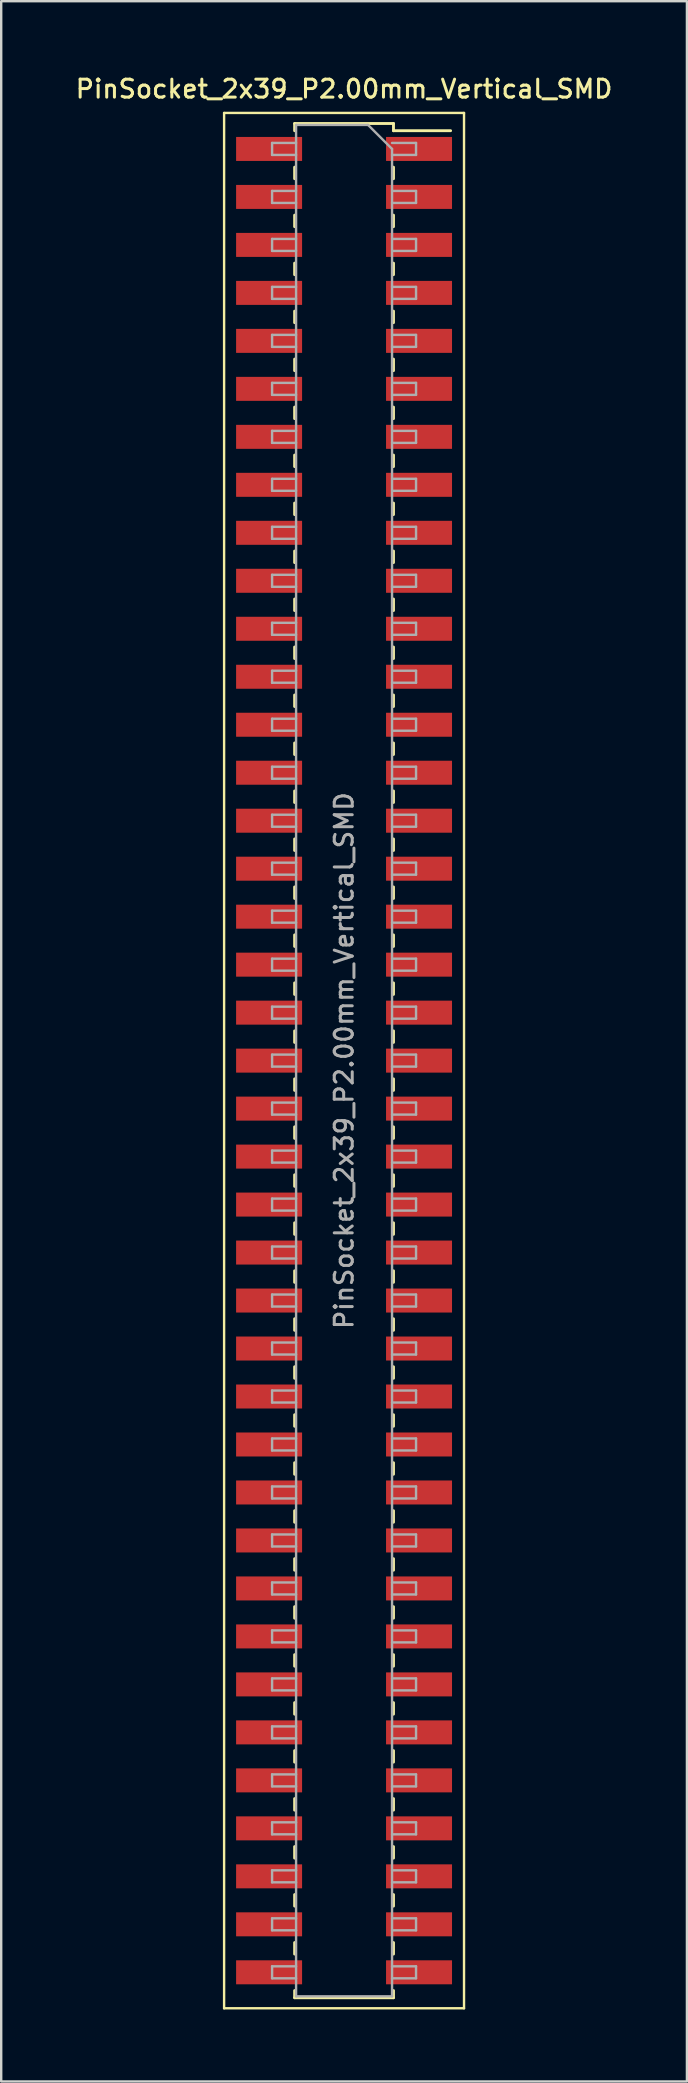
<source format=kicad_pcb>
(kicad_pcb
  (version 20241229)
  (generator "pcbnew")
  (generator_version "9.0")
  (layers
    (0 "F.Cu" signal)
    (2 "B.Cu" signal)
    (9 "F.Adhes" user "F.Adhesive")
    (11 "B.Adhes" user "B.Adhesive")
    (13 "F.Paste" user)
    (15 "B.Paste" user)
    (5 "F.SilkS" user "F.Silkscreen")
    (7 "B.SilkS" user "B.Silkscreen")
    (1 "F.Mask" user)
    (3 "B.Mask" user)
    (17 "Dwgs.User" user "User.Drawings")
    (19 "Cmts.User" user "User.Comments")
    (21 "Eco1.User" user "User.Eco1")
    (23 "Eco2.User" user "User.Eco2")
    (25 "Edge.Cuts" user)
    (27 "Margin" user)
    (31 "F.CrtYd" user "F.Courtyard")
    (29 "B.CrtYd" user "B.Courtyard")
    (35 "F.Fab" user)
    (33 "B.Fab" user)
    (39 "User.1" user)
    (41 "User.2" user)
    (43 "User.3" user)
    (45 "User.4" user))
  (footprint "PinSocket_2x39_P2.00mm_Vertical_SMD"
    (layer "F.Cu")
    (at 11.291 41.158)
    (property "Reference" "PinSocket_2x39_P2.00mm_Vertical_SMD" (at 0 -40.5 0) (layer "F.SilkS") (effects (font (size 0.75 0.75) (thickness 0.125))))
    (attr smd)
    (fp_line (start -5 -39.5) (end 5 -39.5) (stroke (width 0.1) (type solid)) (layer "F.SilkS"))
    (fp_line (start -5 39.5) (end -5 -39.5) (stroke (width 0.1) (type solid)) (layer "F.SilkS"))
    (fp_line (start -2.06 -39.06) (end -2.06 -38.76) (stroke (width 0.12) (type solid)) (layer "F.SilkS"))
    (fp_line (start -2.06 -39.06) (end 2.06 -39.06) (stroke (width 0.12) (type solid)) (layer "F.SilkS"))
    (fp_line (start -2.06 -37.24) (end -2.06 -36.76) (stroke (width 0.12) (type solid)) (layer "F.SilkS"))
    (fp_line (start -2.06 -35.24) (end -2.06 -34.76) (stroke (width 0.12) (type solid)) (layer "F.SilkS"))
    (fp_line (start -2.06 -33.24) (end -2.06 -32.76) (stroke (width 0.12) (type solid)) (layer "F.SilkS"))
    (fp_line (start -2.06 -31.24) (end -2.06 -30.76) (stroke (width 0.12) (type solid)) (layer "F.SilkS"))
    (fp_line (start -2.06 -29.24) (end -2.06 -28.76) (stroke (width 0.12) (type solid)) (layer "F.SilkS"))
    (fp_line (start -2.06 -27.24) (end -2.06 -26.76) (stroke (width 0.12) (type solid)) (layer "F.SilkS"))
    (fp_line (start -2.06 -25.24) (end -2.06 -24.76) (stroke (width 0.12) (type solid)) (layer "F.SilkS"))
    (fp_line (start -2.06 -23.24) (end -2.06 -22.76) (stroke (width 0.12) (type solid)) (layer "F.SilkS"))
    (fp_line (start -2.06 -21.24) (end -2.06 -20.76) (stroke (width 0.12) (type solid)) (layer "F.SilkS"))
    (fp_line (start -2.06 -19.24) (end -2.06 -18.76) (stroke (width 0.12) (type solid)) (layer "F.SilkS"))
    (fp_line (start -2.06 -17.24) (end -2.06 -16.76) (stroke (width 0.12) (type solid)) (layer "F.SilkS"))
    (fp_line (start -2.06 -15.24) (end -2.06 -14.76) (stroke (width 0.12) (type solid)) (layer "F.SilkS"))
    (fp_line (start -2.06 -13.24) (end -2.06 -12.76) (stroke (width 0.12) (type solid)) (layer "F.SilkS"))
    (fp_line (start -2.06 -11.24) (end -2.06 -10.76) (stroke (width 0.12) (type solid)) (layer "F.SilkS"))
    (fp_line (start -2.06 -9.24) (end -2.06 -8.76) (stroke (width 0.12) (type solid)) (layer "F.SilkS"))
    (fp_line (start -2.06 -7.24) (end -2.06 -6.76) (stroke (width 0.12) (type solid)) (layer "F.SilkS"))
    (fp_line (start -2.06 -5.24) (end -2.06 -4.76) (stroke (width 0.12) (type solid)) (layer "F.SilkS"))
    (fp_line (start -2.06 -3.24) (end -2.06 -2.76) (stroke (width 0.12) (type solid)) (layer "F.SilkS"))
    (fp_line (start -2.06 -1.24) (end -2.06 -0.76) (stroke (width 0.12) (type solid)) (layer "F.SilkS"))
    (fp_line (start -2.06 0.76) (end -2.06 1.24) (stroke (width 0.12) (type solid)) (layer "F.SilkS"))
    (fp_line (start -2.06 2.76) (end -2.06 3.24) (stroke (width 0.12) (type solid)) (layer "F.SilkS"))
    (fp_line (start -2.06 4.76) (end -2.06 5.24) (stroke (width 0.12) (type solid)) (layer "F.SilkS"))
    (fp_line (start -2.06 6.76) (end -2.06 7.24) (stroke (width 0.12) (type solid)) (layer "F.SilkS"))
    (fp_line (start -2.06 8.76) (end -2.06 9.24) (stroke (width 0.12) (type solid)) (layer "F.SilkS"))
    (fp_line (start -2.06 10.76) (end -2.06 11.24) (stroke (width 0.12) (type solid)) (layer "F.SilkS"))
    (fp_line (start -2.06 12.76) (end -2.06 13.24) (stroke (width 0.12) (type solid)) (layer "F.SilkS"))
    (fp_line (start -2.06 14.76) (end -2.06 15.24) (stroke (width 0.12) (type solid)) (layer "F.SilkS"))
    (fp_line (start -2.06 16.76) (end -2.06 17.24) (stroke (width 0.12) (type solid)) (layer "F.SilkS"))
    (fp_line (start -2.06 18.76) (end -2.06 19.24) (stroke (width 0.12) (type solid)) (layer "F.SilkS"))
    (fp_line (start -2.06 20.76) (end -2.06 21.24) (stroke (width 0.12) (type solid)) (layer "F.SilkS"))
    (fp_line (start -2.06 22.76) (end -2.06 23.24) (stroke (width 0.12) (type solid)) (layer "F.SilkS"))
    (fp_line (start -2.06 24.76) (end -2.06 25.24) (stroke (width 0.12) (type solid)) (layer "F.SilkS"))
    (fp_line (start -2.06 26.76) (end -2.06 27.24) (stroke (width 0.12) (type solid)) (layer "F.SilkS"))
    (fp_line (start -2.06 28.76) (end -2.06 29.24) (stroke (width 0.12) (type solid)) (layer "F.SilkS"))
    (fp_line (start -2.06 30.76) (end -2.06 31.24) (stroke (width 0.12) (type solid)) (layer "F.SilkS"))
    (fp_line (start -2.06 32.76) (end -2.06 33.24) (stroke (width 0.12) (type solid)) (layer "F.SilkS"))
    (fp_line (start -2.06 34.76) (end -2.06 35.24) (stroke (width 0.12) (type solid)) (layer "F.SilkS"))
    (fp_line (start -2.06 36.76) (end -2.06 37.24) (stroke (width 0.12) (type solid)) (layer "F.SilkS"))
    (fp_line (start -2.06 38.76) (end -2.06 39.06) (stroke (width 0.12) (type solid)) (layer "F.SilkS"))
    (fp_line (start -2.06 39.06) (end 2.06 39.06) (stroke (width 0.12) (type solid)) (layer "F.SilkS"))
    (fp_line (start 2.06 -39.06) (end 2.06 -38.76) (stroke (width 0.12) (type solid)) (layer "F.SilkS"))
    (fp_line (start 2.06 -38.76) (end 4.44 -38.76) (stroke (width 0.12) (type solid)) (layer "F.SilkS"))
    (fp_line (start 2.06 -37.24) (end 2.06 -36.76) (stroke (width 0.12) (type solid)) (layer "F.SilkS"))
    (fp_line (start 2.06 -35.24) (end 2.06 -34.76) (stroke (width 0.12) (type solid)) (layer "F.SilkS"))
    (fp_line (start 2.06 -33.24) (end 2.06 -32.76) (stroke (width 0.12) (type solid)) (layer "F.SilkS"))
    (fp_line (start 2.06 -31.24) (end 2.06 -30.76) (stroke (width 0.12) (type solid)) (layer "F.SilkS"))
    (fp_line (start 2.06 -29.24) (end 2.06 -28.76) (stroke (width 0.12) (type solid)) (layer "F.SilkS"))
    (fp_line (start 2.06 -27.24) (end 2.06 -26.76) (stroke (width 0.12) (type solid)) (layer "F.SilkS"))
    (fp_line (start 2.06 -25.24) (end 2.06 -24.76) (stroke (width 0.12) (type solid)) (layer "F.SilkS"))
    (fp_line (start 2.06 -23.24) (end 2.06 -22.76) (stroke (width 0.12) (type solid)) (layer "F.SilkS"))
    (fp_line (start 2.06 -21.24) (end 2.06 -20.76) (stroke (width 0.12) (type solid)) (layer "F.SilkS"))
    (fp_line (start 2.06 -19.24) (end 2.06 -18.76) (stroke (width 0.12) (type solid)) (layer "F.SilkS"))
    (fp_line (start 2.06 -17.24) (end 2.06 -16.76) (stroke (width 0.12) (type solid)) (layer "F.SilkS"))
    (fp_line (start 2.06 -15.24) (end 2.06 -14.76) (stroke (width 0.12) (type solid)) (layer "F.SilkS"))
    (fp_line (start 2.06 -13.24) (end 2.06 -12.76) (stroke (width 0.12) (type solid)) (layer "F.SilkS"))
    (fp_line (start 2.06 -11.24) (end 2.06 -10.76) (stroke (width 0.12) (type solid)) (layer "F.SilkS"))
    (fp_line (start 2.06 -9.24) (end 2.06 -8.76) (stroke (width 0.12) (type solid)) (layer "F.SilkS"))
    (fp_line (start 2.06 -7.24) (end 2.06 -6.76) (stroke (width 0.12) (type solid)) (layer "F.SilkS"))
    (fp_line (start 2.06 -5.24) (end 2.06 -4.76) (stroke (width 0.12) (type solid)) (layer "F.SilkS"))
    (fp_line (start 2.06 -3.24) (end 2.06 -2.76) (stroke (width 0.12) (type solid)) (layer "F.SilkS"))
    (fp_line (start 2.06 -1.24) (end 2.06 -0.76) (stroke (width 0.12) (type solid)) (layer "F.SilkS"))
    (fp_line (start 2.06 0.76) (end 2.06 1.24) (stroke (width 0.12) (type solid)) (layer "F.SilkS"))
    (fp_line (start 2.06 2.76) (end 2.06 3.24) (stroke (width 0.12) (type solid)) (layer "F.SilkS"))
    (fp_line (start 2.06 4.76) (end 2.06 5.24) (stroke (width 0.12) (type solid)) (layer "F.SilkS"))
    (fp_line (start 2.06 6.76) (end 2.06 7.24) (stroke (width 0.12) (type solid)) (layer "F.SilkS"))
    (fp_line (start 2.06 8.76) (end 2.06 9.24) (stroke (width 0.12) (type solid)) (layer "F.SilkS"))
    (fp_line (start 2.06 10.76) (end 2.06 11.24) (stroke (width 0.12) (type solid)) (layer "F.SilkS"))
    (fp_line (start 2.06 12.76) (end 2.06 13.24) (stroke (width 0.12) (type solid)) (layer "F.SilkS"))
    (fp_line (start 2.06 14.76) (end 2.06 15.24) (stroke (width 0.12) (type solid)) (layer "F.SilkS"))
    (fp_line (start 2.06 16.76) (end 2.06 17.24) (stroke (width 0.12) (type solid)) (layer "F.SilkS"))
    (fp_line (start 2.06 18.76) (end 2.06 19.24) (stroke (width 0.12) (type solid)) (layer "F.SilkS"))
    (fp_line (start 2.06 20.76) (end 2.06 21.24) (stroke (width 0.12) (type solid)) (layer "F.SilkS"))
    (fp_line (start 2.06 22.76) (end 2.06 23.24) (stroke (width 0.12) (type solid)) (layer "F.SilkS"))
    (fp_line (start 2.06 24.76) (end 2.06 25.24) (stroke (width 0.12) (type solid)) (layer "F.SilkS"))
    (fp_line (start 2.06 26.76) (end 2.06 27.24) (stroke (width 0.12) (type solid)) (layer "F.SilkS"))
    (fp_line (start 2.06 28.76) (end 2.06 29.24) (stroke (width 0.12) (type solid)) (layer "F.SilkS"))
    (fp_line (start 2.06 30.76) (end 2.06 31.24) (stroke (width 0.12) (type solid)) (layer "F.SilkS"))
    (fp_line (start 2.06 32.76) (end 2.06 33.24) (stroke (width 0.12) (type solid)) (layer "F.SilkS"))
    (fp_line (start 2.06 34.76) (end 2.06 35.24) (stroke (width 0.12) (type solid)) (layer "F.SilkS"))
    (fp_line (start 2.06 36.76) (end 2.06 37.24) (stroke (width 0.12) (type solid)) (layer "F.SilkS"))
    (fp_line (start 2.06 38.76) (end 2.06 39.06) (stroke (width 0.12) (type solid)) (layer "F.SilkS"))
    (fp_line (start 5 -39.5) (end 5 39.5) (stroke (width 0.1) (type solid)) (layer "F.SilkS"))
    (fp_line (start 5 39.5) (end -5 39.5) (stroke (width 0.1) (type solid)) (layer "F.SilkS"))
    (fp_line (start -3 -38.25) (end -2 -38.25) (stroke (width 0.1) (type solid)) (layer "F.Fab"))
    (fp_line (start -3 -37.75) (end -3 -38.25) (stroke (width 0.1) (type solid)) (layer "F.Fab"))
    (fp_line (start -3 -36.25) (end -2 -36.25) (stroke (width 0.1) (type solid)) (layer "F.Fab"))
    (fp_line (start -3 -35.75) (end -3 -36.25) (stroke (width 0.1) (type solid)) (layer "F.Fab"))
    (fp_line (start -3 -34.25) (end -2 -34.25) (stroke (width 0.1) (type solid)) (layer "F.Fab"))
    (fp_line (start -3 -33.75) (end -3 -34.25) (stroke (width 0.1) (type solid)) (layer "F.Fab"))
    (fp_line (start -3 -32.25) (end -2 -32.25) (stroke (width 0.1) (type solid)) (layer "F.Fab"))
    (fp_line (start -3 -31.75) (end -3 -32.25) (stroke (width 0.1) (type solid)) (layer "F.Fab"))
    (fp_line (start -3 -30.25) (end -2 -30.25) (stroke (width 0.1) (type solid)) (layer "F.Fab"))
    (fp_line (start -3 -29.75) (end -3 -30.25) (stroke (width 0.1) (type solid)) (layer "F.Fab"))
    (fp_line (start -3 -28.25) (end -2 -28.25) (stroke (width 0.1) (type solid)) (layer "F.Fab"))
    (fp_line (start -3 -27.75) (end -3 -28.25) (stroke (width 0.1) (type solid)) (layer "F.Fab"))
    (fp_line (start -3 -26.25) (end -2 -26.25) (stroke (width 0.1) (type solid)) (layer "F.Fab"))
    (fp_line (start -3 -25.75) (end -3 -26.25) (stroke (width 0.1) (type solid)) (layer "F.Fab"))
    (fp_line (start -3 -24.25) (end -2 -24.25) (stroke (width 0.1) (type solid)) (layer "F.Fab"))
    (fp_line (start -3 -23.75) (end -3 -24.25) (stroke (width 0.1) (type solid)) (layer "F.Fab"))
    (fp_line (start -3 -22.25) (end -2 -22.25) (stroke (width 0.1) (type solid)) (layer "F.Fab"))
    (fp_line (start -3 -21.75) (end -3 -22.25) (stroke (width 0.1) (type solid)) (layer "F.Fab"))
    (fp_line (start -3 -20.25) (end -2 -20.25) (stroke (width 0.1) (type solid)) (layer "F.Fab"))
    (fp_line (start -3 -19.75) (end -3 -20.25) (stroke (width 0.1) (type solid)) (layer "F.Fab"))
    (fp_line (start -3 -18.25) (end -2 -18.25) (stroke (width 0.1) (type solid)) (layer "F.Fab"))
    (fp_line (start -3 -17.75) (end -3 -18.25) (stroke (width 0.1) (type solid)) (layer "F.Fab"))
    (fp_line (start -3 -16.25) (end -2 -16.25) (stroke (width 0.1) (type solid)) (layer "F.Fab"))
    (fp_line (start -3 -15.75) (end -3 -16.25) (stroke (width 0.1) (type solid)) (layer "F.Fab"))
    (fp_line (start -3 -14.25) (end -2 -14.25) (stroke (width 0.1) (type solid)) (layer "F.Fab"))
    (fp_line (start -3 -13.75) (end -3 -14.25) (stroke (width 0.1) (type solid)) (layer "F.Fab"))
    (fp_line (start -3 -12.25) (end -2 -12.25) (stroke (width 0.1) (type solid)) (layer "F.Fab"))
    (fp_line (start -3 -11.75) (end -3 -12.25) (stroke (width 0.1) (type solid)) (layer "F.Fab"))
    (fp_line (start -3 -10.25) (end -2 -10.25) (stroke (width 0.1) (type solid)) (layer "F.Fab"))
    (fp_line (start -3 -9.75) (end -3 -10.25) (stroke (width 0.1) (type solid)) (layer "F.Fab"))
    (fp_line (start -3 -8.25) (end -2 -8.25) (stroke (width 0.1) (type solid)) (layer "F.Fab"))
    (fp_line (start -3 -7.75) (end -3 -8.25) (stroke (width 0.1) (type solid)) (layer "F.Fab"))
    (fp_line (start -3 -6.25) (end -2 -6.25) (stroke (width 0.1) (type solid)) (layer "F.Fab"))
    (fp_line (start -3 -5.75) (end -3 -6.25) (stroke (width 0.1) (type solid)) (layer "F.Fab"))
    (fp_line (start -3 -4.25) (end -2 -4.25) (stroke (width 0.1) (type solid)) (layer "F.Fab"))
    (fp_line (start -3 -3.75) (end -3 -4.25) (stroke (width 0.1) (type solid)) (layer "F.Fab"))
    (fp_line (start -3 -2.25) (end -2 -2.25) (stroke (width 0.1) (type solid)) (layer "F.Fab"))
    (fp_line (start -3 -1.75) (end -3 -2.25) (stroke (width 0.1) (type solid)) (layer "F.Fab"))
    (fp_line (start -3 -0.25) (end -2 -0.25) (stroke (width 0.1) (type solid)) (layer "F.Fab"))
    (fp_line (start -3 0.25) (end -3 -0.25) (stroke (width 0.1) (type solid)) (layer "F.Fab"))
    (fp_line (start -3 1.75) (end -2 1.75) (stroke (width 0.1) (type solid)) (layer "F.Fab"))
    (fp_line (start -3 2.25) (end -3 1.75) (stroke (width 0.1) (type solid)) (layer "F.Fab"))
    (fp_line (start -3 3.75) (end -2 3.75) (stroke (width 0.1) (type solid)) (layer "F.Fab"))
    (fp_line (start -3 4.25) (end -3 3.75) (stroke (width 0.1) (type solid)) (layer "F.Fab"))
    (fp_line (start -3 5.75) (end -2 5.75) (stroke (width 0.1) (type solid)) (layer "F.Fab"))
    (fp_line (start -3 6.25) (end -3 5.75) (stroke (width 0.1) (type solid)) (layer "F.Fab"))
    (fp_line (start -3 7.75) (end -2 7.75) (stroke (width 0.1) (type solid)) (layer "F.Fab"))
    (fp_line (start -3 8.25) (end -3 7.75) (stroke (width 0.1) (type solid)) (layer "F.Fab"))
    (fp_line (start -3 9.75) (end -2 9.75) (stroke (width 0.1) (type solid)) (layer "F.Fab"))
    (fp_line (start -3 10.25) (end -3 9.75) (stroke (width 0.1) (type solid)) (layer "F.Fab"))
    (fp_line (start -3 11.75) (end -2 11.75) (stroke (width 0.1) (type solid)) (layer "F.Fab"))
    (fp_line (start -3 12.25) (end -3 11.75) (stroke (width 0.1) (type solid)) (layer "F.Fab"))
    (fp_line (start -3 13.75) (end -2 13.75) (stroke (width 0.1) (type solid)) (layer "F.Fab"))
    (fp_line (start -3 14.25) (end -3 13.75) (stroke (width 0.1) (type solid)) (layer "F.Fab"))
    (fp_line (start -3 15.75) (end -2 15.75) (stroke (width 0.1) (type solid)) (layer "F.Fab"))
    (fp_line (start -3 16.25) (end -3 15.75) (stroke (width 0.1) (type solid)) (layer "F.Fab"))
    (fp_line (start -3 17.75) (end -2 17.75) (stroke (width 0.1) (type solid)) (layer "F.Fab"))
    (fp_line (start -3 18.25) (end -3 17.75) (stroke (width 0.1) (type solid)) (layer "F.Fab"))
    (fp_line (start -3 19.75) (end -2 19.75) (stroke (width 0.1) (type solid)) (layer "F.Fab"))
    (fp_line (start -3 20.25) (end -3 19.75) (stroke (width 0.1) (type solid)) (layer "F.Fab"))
    (fp_line (start -3 21.75) (end -2 21.75) (stroke (width 0.1) (type solid)) (layer "F.Fab"))
    (fp_line (start -3 22.25) (end -3 21.75) (stroke (width 0.1) (type solid)) (layer "F.Fab"))
    (fp_line (start -3 23.75) (end -2 23.75) (stroke (width 0.1) (type solid)) (layer "F.Fab"))
    (fp_line (start -3 24.25) (end -3 23.75) (stroke (width 0.1) (type solid)) (layer "F.Fab"))
    (fp_line (start -3 25.75) (end -2 25.75) (stroke (width 0.1) (type solid)) (layer "F.Fab"))
    (fp_line (start -3 26.25) (end -3 25.75) (stroke (width 0.1) (type solid)) (layer "F.Fab"))
    (fp_line (start -3 27.75) (end -2 27.75) (stroke (width 0.1) (type solid)) (layer "F.Fab"))
    (fp_line (start -3 28.25) (end -3 27.75) (stroke (width 0.1) (type solid)) (layer "F.Fab"))
    (fp_line (start -3 29.75) (end -2 29.75) (stroke (width 0.1) (type solid)) (layer "F.Fab"))
    (fp_line (start -3 30.25) (end -3 29.75) (stroke (width 0.1) (type solid)) (layer "F.Fab"))
    (fp_line (start -3 31.75) (end -2 31.75) (stroke (width 0.1) (type solid)) (layer "F.Fab"))
    (fp_line (start -3 32.25) (end -3 31.75) (stroke (width 0.1) (type solid)) (layer "F.Fab"))
    (fp_line (start -3 33.75) (end -2 33.75) (stroke (width 0.1) (type solid)) (layer "F.Fab"))
    (fp_line (start -3 34.25) (end -3 33.75) (stroke (width 0.1) (type solid)) (layer "F.Fab"))
    (fp_line (start -3 35.75) (end -2 35.75) (stroke (width 0.1) (type solid)) (layer "F.Fab"))
    (fp_line (start -3 36.25) (end -3 35.75) (stroke (width 0.1) (type solid)) (layer "F.Fab"))
    (fp_line (start -3 37.75) (end -2 37.75) (stroke (width 0.1) (type solid)) (layer "F.Fab"))
    (fp_line (start -3 38.25) (end -3 37.75) (stroke (width 0.1) (type solid)) (layer "F.Fab"))
    (fp_line (start -2 -39) (end 1 -39) (stroke (width 0.1) (type solid)) (layer "F.Fab"))
    (fp_line (start -2 -37.75) (end -3 -37.75) (stroke (width 0.1) (type solid)) (layer "F.Fab"))
    (fp_line (start -2 -35.75) (end -3 -35.75) (stroke (width 0.1) (type solid)) (layer "F.Fab"))
    (fp_line (start -2 -33.75) (end -3 -33.75) (stroke (width 0.1) (type solid)) (layer "F.Fab"))
    (fp_line (start -2 -31.75) (end -3 -31.75) (stroke (width 0.1) (type solid)) (layer "F.Fab"))
    (fp_line (start -2 -29.75) (end -3 -29.75) (stroke (width 0.1) (type solid)) (layer "F.Fab"))
    (fp_line (start -2 -27.75) (end -3 -27.75) (stroke (width 0.1) (type solid)) (layer "F.Fab"))
    (fp_line (start -2 -25.75) (end -3 -25.75) (stroke (width 0.1) (type solid)) (layer "F.Fab"))
    (fp_line (start -2 -23.75) (end -3 -23.75) (stroke (width 0.1) (type solid)) (layer "F.Fab"))
    (fp_line (start -2 -21.75) (end -3 -21.75) (stroke (width 0.1) (type solid)) (layer "F.Fab"))
    (fp_line (start -2 -19.75) (end -3 -19.75) (stroke (width 0.1) (type solid)) (layer "F.Fab"))
    (fp_line (start -2 -17.75) (end -3 -17.75) (stroke (width 0.1) (type solid)) (layer "F.Fab"))
    (fp_line (start -2 -15.75) (end -3 -15.75) (stroke (width 0.1) (type solid)) (layer "F.Fab"))
    (fp_line (start -2 -13.75) (end -3 -13.75) (stroke (width 0.1) (type solid)) (layer "F.Fab"))
    (fp_line (start -2 -11.75) (end -3 -11.75) (stroke (width 0.1) (type solid)) (layer "F.Fab"))
    (fp_line (start -2 -9.75) (end -3 -9.75) (stroke (width 0.1) (type solid)) (layer "F.Fab"))
    (fp_line (start -2 -7.75) (end -3 -7.75) (stroke (width 0.1) (type solid)) (layer "F.Fab"))
    (fp_line (start -2 -5.75) (end -3 -5.75) (stroke (width 0.1) (type solid)) (layer "F.Fab"))
    (fp_line (start -2 -3.75) (end -3 -3.75) (stroke (width 0.1) (type solid)) (layer "F.Fab"))
    (fp_line (start -2 -1.75) (end -3 -1.75) (stroke (width 0.1) (type solid)) (layer "F.Fab"))
    (fp_line (start -2 0.25) (end -3 0.25) (stroke (width 0.1) (type solid)) (layer "F.Fab"))
    (fp_line (start -2 2.25) (end -3 2.25) (stroke (width 0.1) (type solid)) (layer "F.Fab"))
    (fp_line (start -2 4.25) (end -3 4.25) (stroke (width 0.1) (type solid)) (layer "F.Fab"))
    (fp_line (start -2 6.25) (end -3 6.25) (stroke (width 0.1) (type solid)) (layer "F.Fab"))
    (fp_line (start -2 8.25) (end -3 8.25) (stroke (width 0.1) (type solid)) (layer "F.Fab"))
    (fp_line (start -2 10.25) (end -3 10.25) (stroke (width 0.1) (type solid)) (layer "F.Fab"))
    (fp_line (start -2 12.25) (end -3 12.25) (stroke (width 0.1) (type solid)) (layer "F.Fab"))
    (fp_line (start -2 14.25) (end -3 14.25) (stroke (width 0.1) (type solid)) (layer "F.Fab"))
    (fp_line (start -2 16.25) (end -3 16.25) (stroke (width 0.1) (type solid)) (layer "F.Fab"))
    (fp_line (start -2 18.25) (end -3 18.25) (stroke (width 0.1) (type solid)) (layer "F.Fab"))
    (fp_line (start -2 20.25) (end -3 20.25) (stroke (width 0.1) (type solid)) (layer "F.Fab"))
    (fp_line (start -2 22.25) (end -3 22.25) (stroke (width 0.1) (type solid)) (layer "F.Fab"))
    (fp_line (start -2 24.25) (end -3 24.25) (stroke (width 0.1) (type solid)) (layer "F.Fab"))
    (fp_line (start -2 26.25) (end -3 26.25) (stroke (width 0.1) (type solid)) (layer "F.Fab"))
    (fp_line (start -2 28.25) (end -3 28.25) (stroke (width 0.1) (type solid)) (layer "F.Fab"))
    (fp_line (start -2 30.25) (end -3 30.25) (stroke (width 0.1) (type solid)) (layer "F.Fab"))
    (fp_line (start -2 32.25) (end -3 32.25) (stroke (width 0.1) (type solid)) (layer "F.Fab"))
    (fp_line (start -2 34.25) (end -3 34.25) (stroke (width 0.1) (type solid)) (layer "F.Fab"))
    (fp_line (start -2 36.25) (end -3 36.25) (stroke (width 0.1) (type solid)) (layer "F.Fab"))
    (fp_line (start -2 38.25) (end -3 38.25) (stroke (width 0.1) (type solid)) (layer "F.Fab"))
    (fp_line (start -2 39) (end -2 -39) (stroke (width 0.1) (type solid)) (layer "F.Fab"))
    (fp_line (start 1 -39) (end 2 -38) (stroke (width 0.1) (type solid)) (layer "F.Fab"))
    (fp_line (start 2 -38.25) (end 3 -38.25) (stroke (width 0.1) (type solid)) (layer "F.Fab"))
    (fp_line (start 2 -38) (end 2 39) (stroke (width 0.1) (type solid)) (layer "F.Fab"))
    (fp_line (start 2 -36.25) (end 3 -36.25) (stroke (width 0.1) (type solid)) (layer "F.Fab"))
    (fp_line (start 2 -34.25) (end 3 -34.25) (stroke (width 0.1) (type solid)) (layer "F.Fab"))
    (fp_line (start 2 -32.25) (end 3 -32.25) (stroke (width 0.1) (type solid)) (layer "F.Fab"))
    (fp_line (start 2 -30.25) (end 3 -30.25) (stroke (width 0.1) (type solid)) (layer "F.Fab"))
    (fp_line (start 2 -28.25) (end 3 -28.25) (stroke (width 0.1) (type solid)) (layer "F.Fab"))
    (fp_line (start 2 -26.25) (end 3 -26.25) (stroke (width 0.1) (type solid)) (layer "F.Fab"))
    (fp_line (start 2 -24.25) (end 3 -24.25) (stroke (width 0.1) (type solid)) (layer "F.Fab"))
    (fp_line (start 2 -22.25) (end 3 -22.25) (stroke (width 0.1) (type solid)) (layer "F.Fab"))
    (fp_line (start 2 -20.25) (end 3 -20.25) (stroke (width 0.1) (type solid)) (layer "F.Fab"))
    (fp_line (start 2 -18.25) (end 3 -18.25) (stroke (width 0.1) (type solid)) (layer "F.Fab"))
    (fp_line (start 2 -16.25) (end 3 -16.25) (stroke (width 0.1) (type solid)) (layer "F.Fab"))
    (fp_line (start 2 -14.25) (end 3 -14.25) (stroke (width 0.1) (type solid)) (layer "F.Fab"))
    (fp_line (start 2 -12.25) (end 3 -12.25) (stroke (width 0.1) (type solid)) (layer "F.Fab"))
    (fp_line (start 2 -10.25) (end 3 -10.25) (stroke (width 0.1) (type solid)) (layer "F.Fab"))
    (fp_line (start 2 -8.25) (end 3 -8.25) (stroke (width 0.1) (type solid)) (layer "F.Fab"))
    (fp_line (start 2 -6.25) (end 3 -6.25) (stroke (width 0.1) (type solid)) (layer "F.Fab"))
    (fp_line (start 2 -4.25) (end 3 -4.25) (stroke (width 0.1) (type solid)) (layer "F.Fab"))
    (fp_line (start 2 -2.25) (end 3 -2.25) (stroke (width 0.1) (type solid)) (layer "F.Fab"))
    (fp_line (start 2 -0.25) (end 3 -0.25) (stroke (width 0.1) (type solid)) (layer "F.Fab"))
    (fp_line (start 2 1.75) (end 3 1.75) (stroke (width 0.1) (type solid)) (layer "F.Fab"))
    (fp_line (start 2 3.75) (end 3 3.75) (stroke (width 0.1) (type solid)) (layer "F.Fab"))
    (fp_line (start 2 5.75) (end 3 5.75) (stroke (width 0.1) (type solid)) (layer "F.Fab"))
    (fp_line (start 2 7.75) (end 3 7.75) (stroke (width 0.1) (type solid)) (layer "F.Fab"))
    (fp_line (start 2 9.75) (end 3 9.75) (stroke (width 0.1) (type solid)) (layer "F.Fab"))
    (fp_line (start 2 11.75) (end 3 11.75) (stroke (width 0.1) (type solid)) (layer "F.Fab"))
    (fp_line (start 2 13.75) (end 3 13.75) (stroke (width 0.1) (type solid)) (layer "F.Fab"))
    (fp_line (start 2 15.75) (end 3 15.75) (stroke (width 0.1) (type solid)) (layer "F.Fab"))
    (fp_line (start 2 17.75) (end 3 17.75) (stroke (width 0.1) (type solid)) (layer "F.Fab"))
    (fp_line (start 2 19.75) (end 3 19.75) (stroke (width 0.1) (type solid)) (layer "F.Fab"))
    (fp_line (start 2 21.75) (end 3 21.75) (stroke (width 0.1) (type solid)) (layer "F.Fab"))
    (fp_line (start 2 23.75) (end 3 23.75) (stroke (width 0.1) (type solid)) (layer "F.Fab"))
    (fp_line (start 2 25.75) (end 3 25.75) (stroke (width 0.1) (type solid)) (layer "F.Fab"))
    (fp_line (start 2 27.75) (end 3 27.75) (stroke (width 0.1) (type solid)) (layer "F.Fab"))
    (fp_line (start 2 29.75) (end 3 29.75) (stroke (width 0.1) (type solid)) (layer "F.Fab"))
    (fp_line (start 2 31.75) (end 3 31.75) (stroke (width 0.1) (type solid)) (layer "F.Fab"))
    (fp_line (start 2 33.75) (end 3 33.75) (stroke (width 0.1) (type solid)) (layer "F.Fab"))
    (fp_line (start 2 35.75) (end 3 35.75) (stroke (width 0.1) (type solid)) (layer "F.Fab"))
    (fp_line (start 2 37.75) (end 3 37.75) (stroke (width 0.1) (type solid)) (layer "F.Fab"))
    (fp_line (start 2 39) (end -2 39) (stroke (width 0.1) (type solid)) (layer "F.Fab"))
    (fp_line (start 3 -38.25) (end 3 -37.75) (stroke (width 0.1) (type solid)) (layer "F.Fab"))
    (fp_line (start 3 -37.75) (end 2 -37.75) (stroke (width 0.1) (type solid)) (layer "F.Fab"))
    (fp_line (start 3 -36.25) (end 3 -35.75) (stroke (width 0.1) (type solid)) (layer "F.Fab"))
    (fp_line (start 3 -35.75) (end 2 -35.75) (stroke (width 0.1) (type solid)) (layer "F.Fab"))
    (fp_line (start 3 -34.25) (end 3 -33.75) (stroke (width 0.1) (type solid)) (layer "F.Fab"))
    (fp_line (start 3 -33.75) (end 2 -33.75) (stroke (width 0.1) (type solid)) (layer "F.Fab"))
    (fp_line (start 3 -32.25) (end 3 -31.75) (stroke (width 0.1) (type solid)) (layer "F.Fab"))
    (fp_line (start 3 -31.75) (end 2 -31.75) (stroke (width 0.1) (type solid)) (layer "F.Fab"))
    (fp_line (start 3 -30.25) (end 3 -29.75) (stroke (width 0.1) (type solid)) (layer "F.Fab"))
    (fp_line (start 3 -29.75) (end 2 -29.75) (stroke (width 0.1) (type solid)) (layer "F.Fab"))
    (fp_line (start 3 -28.25) (end 3 -27.75) (stroke (width 0.1) (type solid)) (layer "F.Fab"))
    (fp_line (start 3 -27.75) (end 2 -27.75) (stroke (width 0.1) (type solid)) (layer "F.Fab"))
    (fp_line (start 3 -26.25) (end 3 -25.75) (stroke (width 0.1) (type solid)) (layer "F.Fab"))
    (fp_line (start 3 -25.75) (end 2 -25.75) (stroke (width 0.1) (type solid)) (layer "F.Fab"))
    (fp_line (start 3 -24.25) (end 3 -23.75) (stroke (width 0.1) (type solid)) (layer "F.Fab"))
    (fp_line (start 3 -23.75) (end 2 -23.75) (stroke (width 0.1) (type solid)) (layer "F.Fab"))
    (fp_line (start 3 -22.25) (end 3 -21.75) (stroke (width 0.1) (type solid)) (layer "F.Fab"))
    (fp_line (start 3 -21.75) (end 2 -21.75) (stroke (width 0.1) (type solid)) (layer "F.Fab"))
    (fp_line (start 3 -20.25) (end 3 -19.75) (stroke (width 0.1) (type solid)) (layer "F.Fab"))
    (fp_line (start 3 -19.75) (end 2 -19.75) (stroke (width 0.1) (type solid)) (layer "F.Fab"))
    (fp_line (start 3 -18.25) (end 3 -17.75) (stroke (width 0.1) (type solid)) (layer "F.Fab"))
    (fp_line (start 3 -17.75) (end 2 -17.75) (stroke (width 0.1) (type solid)) (layer "F.Fab"))
    (fp_line (start 3 -16.25) (end 3 -15.75) (stroke (width 0.1) (type solid)) (layer "F.Fab"))
    (fp_line (start 3 -15.75) (end 2 -15.75) (stroke (width 0.1) (type solid)) (layer "F.Fab"))
    (fp_line (start 3 -14.25) (end 3 -13.75) (stroke (width 0.1) (type solid)) (layer "F.Fab"))
    (fp_line (start 3 -13.75) (end 2 -13.75) (stroke (width 0.1) (type solid)) (layer "F.Fab"))
    (fp_line (start 3 -12.25) (end 3 -11.75) (stroke (width 0.1) (type solid)) (layer "F.Fab"))
    (fp_line (start 3 -11.75) (end 2 -11.75) (stroke (width 0.1) (type solid)) (layer "F.Fab"))
    (fp_line (start 3 -10.25) (end 3 -9.75) (stroke (width 0.1) (type solid)) (layer "F.Fab"))
    (fp_line (start 3 -9.75) (end 2 -9.75) (stroke (width 0.1) (type solid)) (layer "F.Fab"))
    (fp_line (start 3 -8.25) (end 3 -7.75) (stroke (width 0.1) (type solid)) (layer "F.Fab"))
    (fp_line (start 3 -7.75) (end 2 -7.75) (stroke (width 0.1) (type solid)) (layer "F.Fab"))
    (fp_line (start 3 -6.25) (end 3 -5.75) (stroke (width 0.1) (type solid)) (layer "F.Fab"))
    (fp_line (start 3 -5.75) (end 2 -5.75) (stroke (width 0.1) (type solid)) (layer "F.Fab"))
    (fp_line (start 3 -4.25) (end 3 -3.75) (stroke (width 0.1) (type solid)) (layer "F.Fab"))
    (fp_line (start 3 -3.75) (end 2 -3.75) (stroke (width 0.1) (type solid)) (layer "F.Fab"))
    (fp_line (start 3 -2.25) (end 3 -1.75) (stroke (width 0.1) (type solid)) (layer "F.Fab"))
    (fp_line (start 3 -1.75) (end 2 -1.75) (stroke (width 0.1) (type solid)) (layer "F.Fab"))
    (fp_line (start 3 -0.25) (end 3 0.25) (stroke (width 0.1) (type solid)) (layer "F.Fab"))
    (fp_line (start 3 0.25) (end 2 0.25) (stroke (width 0.1) (type solid)) (layer "F.Fab"))
    (fp_line (start 3 1.75) (end 3 2.25) (stroke (width 0.1) (type solid)) (layer "F.Fab"))
    (fp_line (start 3 2.25) (end 2 2.25) (stroke (width 0.1) (type solid)) (layer "F.Fab"))
    (fp_line (start 3 3.75) (end 3 4.25) (stroke (width 0.1) (type solid)) (layer "F.Fab"))
    (fp_line (start 3 4.25) (end 2 4.25) (stroke (width 0.1) (type solid)) (layer "F.Fab"))
    (fp_line (start 3 5.75) (end 3 6.25) (stroke (width 0.1) (type solid)) (layer "F.Fab"))
    (fp_line (start 3 6.25) (end 2 6.25) (stroke (width 0.1) (type solid)) (layer "F.Fab"))
    (fp_line (start 3 7.75) (end 3 8.25) (stroke (width 0.1) (type solid)) (layer "F.Fab"))
    (fp_line (start 3 8.25) (end 2 8.25) (stroke (width 0.1) (type solid)) (layer "F.Fab"))
    (fp_line (start 3 9.75) (end 3 10.25) (stroke (width 0.1) (type solid)) (layer "F.Fab"))
    (fp_line (start 3 10.25) (end 2 10.25) (stroke (width 0.1) (type solid)) (layer "F.Fab"))
    (fp_line (start 3 11.75) (end 3 12.25) (stroke (width 0.1) (type solid)) (layer "F.Fab"))
    (fp_line (start 3 12.25) (end 2 12.25) (stroke (width 0.1) (type solid)) (layer "F.Fab"))
    (fp_line (start 3 13.75) (end 3 14.25) (stroke (width 0.1) (type solid)) (layer "F.Fab"))
    (fp_line (start 3 14.25) (end 2 14.25) (stroke (width 0.1) (type solid)) (layer "F.Fab"))
    (fp_line (start 3 15.75) (end 3 16.25) (stroke (width 0.1) (type solid)) (layer "F.Fab"))
    (fp_line (start 3 16.25) (end 2 16.25) (stroke (width 0.1) (type solid)) (layer "F.Fab"))
    (fp_line (start 3 17.75) (end 3 18.25) (stroke (width 0.1) (type solid)) (layer "F.Fab"))
    (fp_line (start 3 18.25) (end 2 18.25) (stroke (width 0.1) (type solid)) (layer "F.Fab"))
    (fp_line (start 3 19.75) (end 3 20.25) (stroke (width 0.1) (type solid)) (layer "F.Fab"))
    (fp_line (start 3 20.25) (end 2 20.25) (stroke (width 0.1) (type solid)) (layer "F.Fab"))
    (fp_line (start 3 21.75) (end 3 22.25) (stroke (width 0.1) (type solid)) (layer "F.Fab"))
    (fp_line (start 3 22.25) (end 2 22.25) (stroke (width 0.1) (type solid)) (layer "F.Fab"))
    (fp_line (start 3 23.75) (end 3 24.25) (stroke (width 0.1) (type solid)) (layer "F.Fab"))
    (fp_line (start 3 24.25) (end 2 24.25) (stroke (width 0.1) (type solid)) (layer "F.Fab"))
    (fp_line (start 3 25.75) (end 3 26.25) (stroke (width 0.1) (type solid)) (layer "F.Fab"))
    (fp_line (start 3 26.25) (end 2 26.25) (stroke (width 0.1) (type solid)) (layer "F.Fab"))
    (fp_line (start 3 27.75) (end 3 28.25) (stroke (width 0.1) (type solid)) (layer "F.Fab"))
    (fp_line (start 3 28.25) (end 2 28.25) (stroke (width 0.1) (type solid)) (layer "F.Fab"))
    (fp_line (start 3 29.75) (end 3 30.25) (stroke (width 0.1) (type solid)) (layer "F.Fab"))
    (fp_line (start 3 30.25) (end 2 30.25) (stroke (width 0.1) (type solid)) (layer "F.Fab"))
    (fp_line (start 3 31.75) (end 3 32.25) (stroke (width 0.1) (type solid)) (layer "F.Fab"))
    (fp_line (start 3 32.25) (end 2 32.25) (stroke (width 0.1) (type solid)) (layer "F.Fab"))
    (fp_line (start 3 33.75) (end 3 34.25) (stroke (width 0.1) (type solid)) (layer "F.Fab"))
    (fp_line (start 3 34.25) (end 2 34.25) (stroke (width 0.1) (type solid)) (layer "F.Fab"))
    (fp_line (start 3 35.75) (end 3 36.25) (stroke (width 0.1) (type solid)) (layer "F.Fab"))
    (fp_line (start 3 36.25) (end 2 36.25) (stroke (width 0.1) (type solid)) (layer "F.Fab"))
    (fp_line (start 3 37.75) (end 3 38.25) (stroke (width 0.1) (type solid)) (layer "F.Fab"))
    (fp_line (start 3 38.25) (end 2 38.25) (stroke (width 0.1) (type solid)) (layer "F.Fab"))
    (fp_text user "${REFERENCE}" (at 0 0 90) (layer "F.Fab") (effects (font (size 0.75 0.75) (thickness 0.125))))
    (pad "1" smd rect (at 3.125 -38) (size 2.75 1) (layers "F.Cu" "F.Mask" "F.Paste"))
    (pad "2" smd rect (at -3.125 -38) (size 2.75 1) (layers "F.Cu" "F.Mask" "F.Paste"))
    (pad "3" smd rect (at 3.125 -36) (size 2.75 1) (layers "F.Cu" "F.Mask" "F.Paste"))
    (pad "4" smd rect (at -3.125 -36) (size 2.75 1) (layers "F.Cu" "F.Mask" "F.Paste"))
    (pad "5" smd rect (at 3.125 -34) (size 2.75 1) (layers "F.Cu" "F.Mask" "F.Paste"))
    (pad "6" smd rect (at -3.125 -34) (size 2.75 1) (layers "F.Cu" "F.Mask" "F.Paste"))
    (pad "7" smd rect (at 3.125 -32) (size 2.75 1) (layers "F.Cu" "F.Mask" "F.Paste"))
    (pad "8" smd rect (at -3.125 -32) (size 2.75 1) (layers "F.Cu" "F.Mask" "F.Paste"))
    (pad "9" smd rect (at 3.125 -30) (size 2.75 1) (layers "F.Cu" "F.Mask" "F.Paste"))
    (pad "10" smd rect (at -3.125 -30) (size 2.75 1) (layers "F.Cu" "F.Mask" "F.Paste"))
    (pad "11" smd rect (at 3.125 -28) (size 2.75 1) (layers "F.Cu" "F.Mask" "F.Paste"))
    (pad "12" smd rect (at -3.125 -28) (size 2.75 1) (layers "F.Cu" "F.Mask" "F.Paste"))
    (pad "13" smd rect (at 3.125 -26) (size 2.75 1) (layers "F.Cu" "F.Mask" "F.Paste"))
    (pad "14" smd rect (at -3.125 -26) (size 2.75 1) (layers "F.Cu" "F.Mask" "F.Paste"))
    (pad "15" smd rect (at 3.125 -24) (size 2.75 1) (layers "F.Cu" "F.Mask" "F.Paste"))
    (pad "16" smd rect (at -3.125 -24) (size 2.75 1) (layers "F.Cu" "F.Mask" "F.Paste"))
    (pad "17" smd rect (at 3.125 -22) (size 2.75 1) (layers "F.Cu" "F.Mask" "F.Paste"))
    (pad "18" smd rect (at -3.125 -22) (size 2.75 1) (layers "F.Cu" "F.Mask" "F.Paste"))
    (pad "19" smd rect (at 3.125 -20) (size 2.75 1) (layers "F.Cu" "F.Mask" "F.Paste"))
    (pad "20" smd rect (at -3.125 -20) (size 2.75 1) (layers "F.Cu" "F.Mask" "F.Paste"))
    (pad "21" smd rect (at 3.125 -18) (size 2.75 1) (layers "F.Cu" "F.Mask" "F.Paste"))
    (pad "22" smd rect (at -3.125 -18) (size 2.75 1) (layers "F.Cu" "F.Mask" "F.Paste"))
    (pad "23" smd rect (at 3.125 -16) (size 2.75 1) (layers "F.Cu" "F.Mask" "F.Paste"))
    (pad "24" smd rect (at -3.125 -16) (size 2.75 1) (layers "F.Cu" "F.Mask" "F.Paste"))
    (pad "25" smd rect (at 3.125 -14) (size 2.75 1) (layers "F.Cu" "F.Mask" "F.Paste"))
    (pad "26" smd rect (at -3.125 -14) (size 2.75 1) (layers "F.Cu" "F.Mask" "F.Paste"))
    (pad "27" smd rect (at 3.125 -12) (size 2.75 1) (layers "F.Cu" "F.Mask" "F.Paste"))
    (pad "28" smd rect (at -3.125 -12) (size 2.75 1) (layers "F.Cu" "F.Mask" "F.Paste"))
    (pad "29" smd rect (at 3.125 -10) (size 2.75 1) (layers "F.Cu" "F.Mask" "F.Paste"))
    (pad "30" smd rect (at -3.125 -10) (size 2.75 1) (layers "F.Cu" "F.Mask" "F.Paste"))
    (pad "31" smd rect (at 3.125 -8) (size 2.75 1) (layers "F.Cu" "F.Mask" "F.Paste"))
    (pad "32" smd rect (at -3.125 -8) (size 2.75 1) (layers "F.Cu" "F.Mask" "F.Paste"))
    (pad "33" smd rect (at 3.125 -6) (size 2.75 1) (layers "F.Cu" "F.Mask" "F.Paste"))
    (pad "34" smd rect (at -3.125 -6) (size 2.75 1) (layers "F.Cu" "F.Mask" "F.Paste"))
    (pad "35" smd rect (at 3.125 -4) (size 2.75 1) (layers "F.Cu" "F.Mask" "F.Paste"))
    (pad "36" smd rect (at -3.125 -4) (size 2.75 1) (layers "F.Cu" "F.Mask" "F.Paste"))
    (pad "37" smd rect (at 3.125 -2) (size 2.75 1) (layers "F.Cu" "F.Mask" "F.Paste"))
    (pad "38" smd rect (at -3.125 -2) (size 2.75 1) (layers "F.Cu" "F.Mask" "F.Paste"))
    (pad "39" smd rect (at 3.125 0) (size 2.75 1) (layers "F.Cu" "F.Mask" "F.Paste"))
    (pad "40" smd rect (at -3.125 0) (size 2.75 1) (layers "F.Cu" "F.Mask" "F.Paste"))
    (pad "41" smd rect (at 3.125 2) (size 2.75 1) (layers "F.Cu" "F.Mask" "F.Paste"))
    (pad "42" smd rect (at -3.125 2) (size 2.75 1) (layers "F.Cu" "F.Mask" "F.Paste"))
    (pad "43" smd rect (at 3.125 4) (size 2.75 1) (layers "F.Cu" "F.Mask" "F.Paste"))
    (pad "44" smd rect (at -3.125 4) (size 2.75 1) (layers "F.Cu" "F.Mask" "F.Paste"))
    (pad "45" smd rect (at 3.125 6) (size 2.75 1) (layers "F.Cu" "F.Mask" "F.Paste"))
    (pad "46" smd rect (at -3.125 6) (size 2.75 1) (layers "F.Cu" "F.Mask" "F.Paste"))
    (pad "47" smd rect (at 3.125 8) (size 2.75 1) (layers "F.Cu" "F.Mask" "F.Paste"))
    (pad "48" smd rect (at -3.125 8) (size 2.75 1) (layers "F.Cu" "F.Mask" "F.Paste"))
    (pad "49" smd rect (at 3.125 10) (size 2.75 1) (layers "F.Cu" "F.Mask" "F.Paste"))
    (pad "50" smd rect (at -3.125 10) (size 2.75 1) (layers "F.Cu" "F.Mask" "F.Paste"))
    (pad "51" smd rect (at 3.125 12) (size 2.75 1) (layers "F.Cu" "F.Mask" "F.Paste"))
    (pad "52" smd rect (at -3.125 12) (size 2.75 1) (layers "F.Cu" "F.Mask" "F.Paste"))
    (pad "53" smd rect (at 3.125 14) (size 2.75 1) (layers "F.Cu" "F.Mask" "F.Paste"))
    (pad "54" smd rect (at -3.125 14) (size 2.75 1) (layers "F.Cu" "F.Mask" "F.Paste"))
    (pad "55" smd rect (at 3.125 16) (size 2.75 1) (layers "F.Cu" "F.Mask" "F.Paste"))
    (pad "56" smd rect (at -3.125 16) (size 2.75 1) (layers "F.Cu" "F.Mask" "F.Paste"))
    (pad "57" smd rect (at 3.125 18) (size 2.75 1) (layers "F.Cu" "F.Mask" "F.Paste"))
    (pad "58" smd rect (at -3.125 18) (size 2.75 1) (layers "F.Cu" "F.Mask" "F.Paste"))
    (pad "59" smd rect (at 3.125 20) (size 2.75 1) (layers "F.Cu" "F.Mask" "F.Paste"))
    (pad "60" smd rect (at -3.125 20) (size 2.75 1) (layers "F.Cu" "F.Mask" "F.Paste"))
    (pad "61" smd rect (at 3.125 22) (size 2.75 1) (layers "F.Cu" "F.Mask" "F.Paste"))
    (pad "62" smd rect (at -3.125 22) (size 2.75 1) (layers "F.Cu" "F.Mask" "F.Paste"))
    (pad "63" smd rect (at 3.125 24) (size 2.75 1) (layers "F.Cu" "F.Mask" "F.Paste"))
    (pad "64" smd rect (at -3.125 24) (size 2.75 1) (layers "F.Cu" "F.Mask" "F.Paste"))
    (pad "65" smd rect (at 3.125 26) (size 2.75 1) (layers "F.Cu" "F.Mask" "F.Paste"))
    (pad "66" smd rect (at -3.125 26) (size 2.75 1) (layers "F.Cu" "F.Mask" "F.Paste"))
    (pad "67" smd rect (at 3.125 28) (size 2.75 1) (layers "F.Cu" "F.Mask" "F.Paste"))
    (pad "68" smd rect (at -3.125 28) (size 2.75 1) (layers "F.Cu" "F.Mask" "F.Paste"))
    (pad "69" smd rect (at 3.125 30) (size 2.75 1) (layers "F.Cu" "F.Mask" "F.Paste"))
    (pad "70" smd rect (at -3.125 30) (size 2.75 1) (layers "F.Cu" "F.Mask" "F.Paste"))
    (pad "71" smd rect (at 3.125 32) (size 2.75 1) (layers "F.Cu" "F.Mask" "F.Paste"))
    (pad "72" smd rect (at -3.125 32) (size 2.75 1) (layers "F.Cu" "F.Mask" "F.Paste"))
    (pad "73" smd rect (at 3.125 34) (size 2.75 1) (layers "F.Cu" "F.Mask" "F.Paste"))
    (pad "74" smd rect (at -3.125 34) (size 2.75 1) (layers "F.Cu" "F.Mask" "F.Paste"))
    (pad "75" smd rect (at 3.125 36) (size 2.75 1) (layers "F.Cu" "F.Mask" "F.Paste"))
    (pad "76" smd rect (at -3.125 36) (size 2.75 1) (layers "F.Cu" "F.Mask" "F.Paste"))
    (pad "77" smd rect (at 3.125 38) (size 2.75 1) (layers "F.Cu" "F.Mask" "F.Paste"))
    (pad "78" smd rect (at -3.125 38) (size 2.75 1) (layers "F.Cu" "F.Mask" "F.Paste")))
  (gr_rect
    (start -3 -3)
    (end 25.582 83.708)
    (stroke (width 0.1) (type default))
    (fill no)
    (layer "Edge.Cuts")))
</source>
